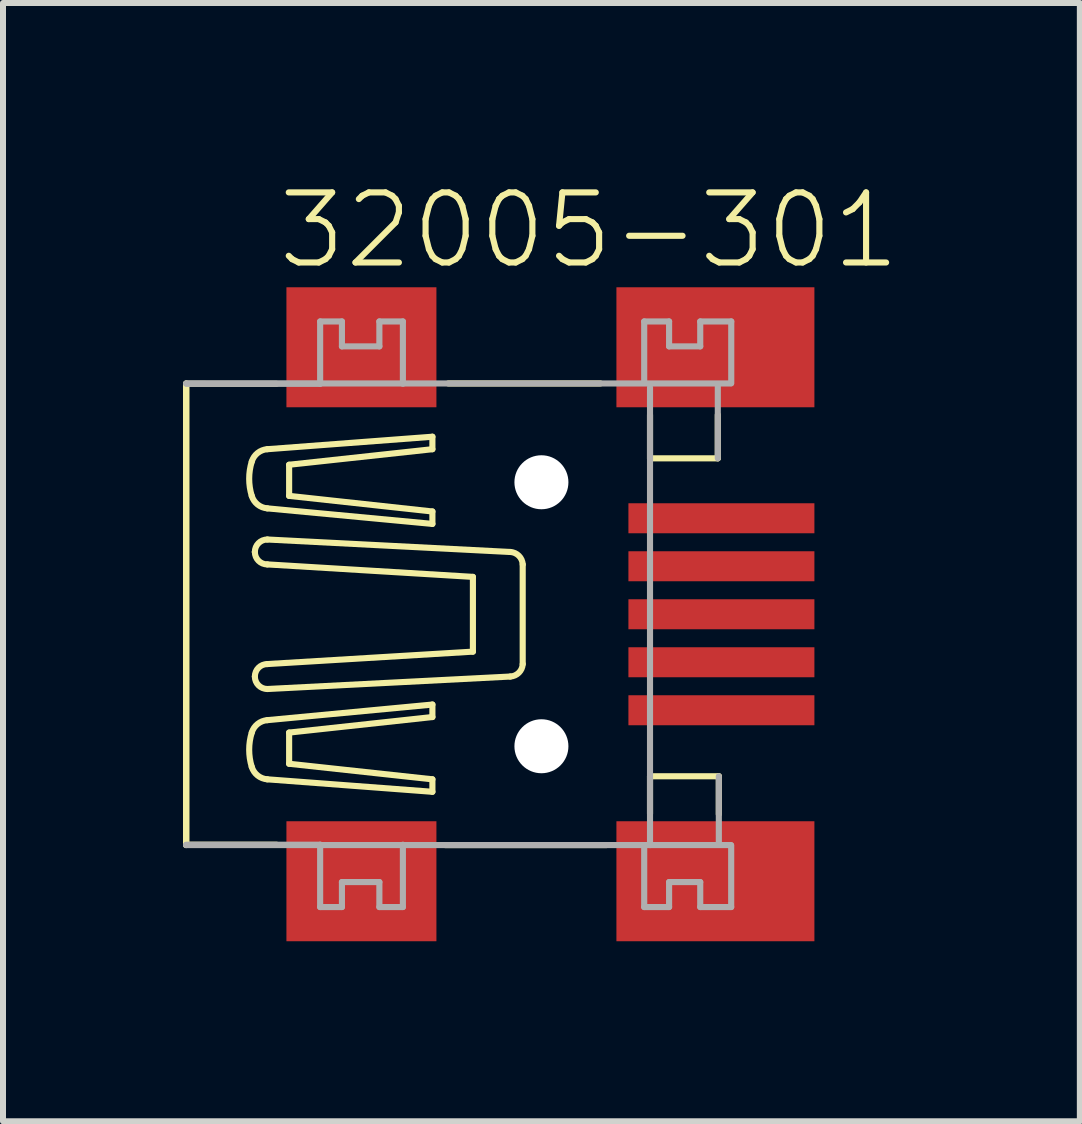
<source format=kicad_pcb>
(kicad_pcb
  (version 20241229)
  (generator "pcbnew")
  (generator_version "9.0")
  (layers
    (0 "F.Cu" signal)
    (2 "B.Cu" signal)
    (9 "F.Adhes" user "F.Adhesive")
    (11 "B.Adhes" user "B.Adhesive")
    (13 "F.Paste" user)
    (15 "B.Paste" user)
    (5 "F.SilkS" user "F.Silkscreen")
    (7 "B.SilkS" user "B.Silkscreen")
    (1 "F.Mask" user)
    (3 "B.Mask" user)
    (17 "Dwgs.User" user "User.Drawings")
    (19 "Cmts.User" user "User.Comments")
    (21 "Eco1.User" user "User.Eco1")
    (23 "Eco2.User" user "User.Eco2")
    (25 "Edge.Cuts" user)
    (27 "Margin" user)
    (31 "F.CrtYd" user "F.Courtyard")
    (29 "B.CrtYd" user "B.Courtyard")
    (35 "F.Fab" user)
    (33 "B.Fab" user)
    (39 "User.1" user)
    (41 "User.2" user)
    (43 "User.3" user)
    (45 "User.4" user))
  (footprint "32005-301"
    (layer "F.Cu")
    (at 5.974 7.188)
    (property "Reference" "32005-301" (at -4.445 -5.715 0) (layer "F.SilkS") (effects (font (size 1.168 1.168) (thickness 0.102)) (justify left bottom)))
    (fp_line (start -5.923 3.847) (end -5.923 -3.847) (stroke (width 0.102) (type solid)) (layer "F.SilkS"))
    (fp_line (start -5.918 -3.842) (end -4.415 -3.841) (stroke (width 0.102) (type solid)) (layer "F.SilkS"))
    (fp_line (start -5.918 3.841) (end -5.918 -3.842) (stroke (width 0.102) (type solid)) (layer "F.SilkS"))
    (fp_line (start -5.918 3.841) (end -4.415 3.841) (stroke (width 0.102) (type solid)) (layer "F.SilkS"))
    (fp_line (start -5.918 3.841) (end -5.918 3.841) (stroke (width 0.102) (type solid)) (layer "F.SilkS"))
    (fp_line (start -4.776 -1.038) (end -4.776 -1.038) (stroke (width 0.102) (type solid)) (layer "F.SilkS"))
    (fp_line (start -4.569 -1.765) (end -1.817 -1.506) (stroke (width 0.102) (type solid)) (layer "F.SilkS"))
    (fp_line (start -4.569 -0.831) (end -1.142 -0.623) (stroke (width 0.102) (type solid)) (layer "F.SilkS"))
    (fp_line (start -4.569 0.83) (end -1.142 0.623) (stroke (width 0.102) (type solid)) (layer "F.SilkS"))
    (fp_line (start -4.569 1.765) (end -1.817 1.505) (stroke (width 0.102) (type solid)) (layer "F.SilkS"))
    (fp_line (start -4.568 -1.246) (end -0.519 -1.038) (stroke (width 0.102) (type solid)) (layer "F.SilkS"))
    (fp_line (start -4.568 1.246) (end -0.519 1.038) (stroke (width 0.102) (type solid)) (layer "F.SilkS"))
    (fp_line (start -4.205 -2.492) (end -1.817 -2.751) (stroke (width 0.102) (type solid)) (layer "F.SilkS"))
    (fp_line (start -4.205 -1.973) (end -4.205 -2.492) (stroke (width 0.102) (type solid)) (layer "F.SilkS"))
    (fp_line (start -4.205 1.972) (end -4.205 2.492) (stroke (width 0.102) (type solid)) (layer "F.SilkS"))
    (fp_line (start -4.205 2.492) (end -1.817 2.751) (stroke (width 0.102) (type solid)) (layer "F.SilkS"))
    (fp_line (start -1.817 -2.959) (end -4.569 -2.751) (stroke (width 0.102) (type solid)) (layer "F.SilkS"))
    (fp_line (start -1.817 -2.751) (end -1.817 -2.959) (stroke (width 0.102) (type solid)) (layer "F.SilkS"))
    (fp_line (start -1.817 -1.713) (end -4.205 -1.973) (stroke (width 0.102) (type solid)) (layer "F.SilkS"))
    (fp_line (start -1.817 -1.506) (end -1.817 -1.713) (stroke (width 0.102) (type solid)) (layer "F.SilkS"))
    (fp_line (start -1.817 1.505) (end -1.817 1.713) (stroke (width 0.102) (type solid)) (layer "F.SilkS"))
    (fp_line (start -1.817 1.713) (end -4.205 1.972) (stroke (width 0.102) (type solid)) (layer "F.SilkS"))
    (fp_line (start -1.817 2.751) (end -1.817 2.959) (stroke (width 0.102) (type solid)) (layer "F.SilkS"))
    (fp_line (start -1.817 2.959) (end -4.569 2.751) (stroke (width 0.102) (type solid)) (layer "F.SilkS"))
    (fp_line (start -1.552 -3.847) (end 0.983 -3.847) (stroke (width 0.102) (type solid)) (layer "F.SilkS"))
    (fp_line (start -1.142 0.623) (end -1.142 -0.623) (stroke (width 0.102) (type solid)) (layer "F.SilkS"))
    (fp_line (start -0.312 0.83) (end -0.312 -0.831) (stroke (width 0.102) (type solid)) (layer "F.SilkS"))
    (fp_line (start 1.084 3.847) (end -1.603 3.847) (stroke (width 0.102) (type solid)) (layer "F.SilkS"))
    (fp_line (start 1.81 -2.599) (end 1.81 -3.324) (stroke (width 0.102) (type solid)) (layer "F.SilkS"))
    (fp_line (start 1.81 2.7) (end 1.81 3.324) (stroke (width 0.102) (type solid)) (layer "F.SilkS"))
    (fp_line (start 2.94 -3.324) (end 2.94 -2.599) (stroke (width 0.102) (type solid)) (layer "F.SilkS"))
    (fp_line (start 2.94 -2.599) (end 1.81 -2.599) (stroke (width 0.102) (type solid)) (layer "F.SilkS"))
    (fp_line (start 2.957 2.7) (end 1.81 2.7) (stroke (width 0.102) (type solid)) (layer "F.SilkS"))
    (fp_line (start 2.957 3.332) (end 2.957 2.7) (stroke (width 0.102) (type solid)) (layer "F.SilkS"))
    (fp_arc (start -4.828 -2.5438) (mid -4.730297 -2.687659) (end -4.5685 -2.7514) (stroke (width 0.1016) (type solid)) (layer "F.SilkS"))
    (fp_arc (start -4.828 -1.9727) (mid -4.870802 -2.25825) (end -4.828 -2.5438) (stroke (width 0.1016) (type solid)) (layer "F.SilkS"))
    (fp_arc (start -4.828 1.9725) (mid -4.730298 1.828641) (end -4.568501 1.764899) (stroke (width 0.1016) (type solid)) (layer "F.SilkS"))
    (fp_arc (start -4.828 2.5436) (mid -4.870802 2.25805) (end -4.828 1.9725) (stroke (width 0.1016) (type solid)) (layer "F.SilkS"))
    (fp_arc (start -4.7761 -1.0383) (mid -4.715295 -1.185095) (end -4.5685 -1.2459) (stroke (width 0.1016) (type solid)) (layer "F.SilkS"))
    (fp_arc (start -4.7761 1.038) (mid -4.715295 0.891205) (end -4.5685 0.8304) (stroke (width 0.1016) (type solid)) (layer "F.SilkS"))
    (fp_arc (start -4.568501 -1.765099) (mid -4.730298 -1.828841) (end -4.828 -1.9727) (stroke (width 0.1016) (type solid)) (layer "F.SilkS"))
    (fp_arc (start -4.5685 -0.8306) (mid -4.715295 -0.891405) (end -4.7761 -1.0382) (stroke (width 0.1016) (type solid)) (layer "F.SilkS"))
    (fp_arc (start -4.5685 1.2457) (mid -4.715295 1.184895) (end -4.7761 1.0381) (stroke (width 0.1016) (type solid)) (layer "F.SilkS"))
    (fp_arc (start -4.5685 2.7512) (mid -4.730297 2.687459) (end -4.828 2.5436) (stroke (width 0.1016) (type solid)) (layer "F.SilkS"))
    (fp_arc (start -0.5192 -1.0383) (mid -0.375653 -0.974177) (end -0.311598 -0.8306) (stroke (width 0.1016) (type solid)) (layer "F.SilkS"))
    (fp_arc (start -0.311599 0.830399) (mid -0.375679 0.973951) (end -0.5192 1.0381) (stroke (width 0.1016) (type solid)) (layer "F.SilkS"))
    (fp_line (start -5.923 -3.847) (end 3.16 -3.847) (stroke (width 0.102) (type solid)) (layer "F.Fab"))
    (fp_line (start -5.918 -3.842) (end -3.688 -3.842) (stroke (width 0.102) (type solid)) (layer "F.Fab"))
    (fp_line (start -5.918 3.841) (end -3.688 3.841) (stroke (width 0.102) (type solid)) (layer "F.Fab"))
    (fp_line (start -3.688 -4.88) (end -3.325 -4.88) (stroke (width 0.102) (type solid)) (layer "F.Fab"))
    (fp_line (start -3.688 -3.842) (end -3.688 -4.88) (stroke (width 0.102) (type solid)) (layer "F.Fab"))
    (fp_line (start -3.688 3.841) (end -3.688 4.88) (stroke (width 0.102) (type solid)) (layer "F.Fab"))
    (fp_line (start -3.688 4.88) (end -3.325 4.88) (stroke (width 0.102) (type solid)) (layer "F.Fab"))
    (fp_line (start -3.325 -4.88) (end -3.325 -4.465) (stroke (width 0.102) (type solid)) (layer "F.Fab"))
    (fp_line (start -3.325 -4.465) (end -2.701 -4.465) (stroke (width 0.102) (type solid)) (layer "F.Fab"))
    (fp_line (start -3.325 4.464) (end -2.701 4.464) (stroke (width 0.102) (type solid)) (layer "F.Fab"))
    (fp_line (start -3.325 4.88) (end -3.325 4.464) (stroke (width 0.102) (type solid)) (layer "F.Fab"))
    (fp_line (start -2.701 -4.88) (end -2.309 -4.88) (stroke (width 0.102) (type solid)) (layer "F.Fab"))
    (fp_line (start -2.701 -4.465) (end -2.701 -4.88) (stroke (width 0.102) (type solid)) (layer "F.Fab"))
    (fp_line (start -2.701 4.464) (end -2.701 4.88) (stroke (width 0.102) (type solid)) (layer "F.Fab"))
    (fp_line (start -2.701 4.88) (end -2.309 4.88) (stroke (width 0.102) (type solid)) (layer "F.Fab"))
    (fp_line (start -2.309 -4.88) (end -2.309 -3.842) (stroke (width 0.102) (type solid)) (layer "F.Fab"))
    (fp_line (start -2.309 4.88) (end -2.309 3.841) (stroke (width 0.102) (type solid)) (layer "F.Fab"))
    (fp_line (start 1.713 -4.88) (end 2.128 -4.88) (stroke (width 0.102) (type solid)) (layer "F.Fab"))
    (fp_line (start 1.713 -3.886) (end 1.713 -4.88) (stroke (width 0.102) (type solid)) (layer "F.Fab"))
    (fp_line (start 1.713 3.885) (end 1.713 4.88) (stroke (width 0.102) (type solid)) (layer "F.Fab"))
    (fp_line (start 1.713 4.88) (end 2.128 4.88) (stroke (width 0.102) (type solid)) (layer "F.Fab"))
    (fp_line (start 1.81 -3.78) (end 1.81 3.847) (stroke (width 0.102) (type solid)) (layer "F.Fab"))
    (fp_line (start 2.128 -4.88) (end 2.128 -4.465) (stroke (width 0.102) (type solid)) (layer "F.Fab"))
    (fp_line (start 2.128 -4.465) (end 2.647 -4.465) (stroke (width 0.102) (type solid)) (layer "F.Fab"))
    (fp_line (start 2.128 4.464) (end 2.647 4.464) (stroke (width 0.102) (type solid)) (layer "F.Fab"))
    (fp_line (start 2.128 4.88) (end 2.128 4.464) (stroke (width 0.102) (type solid)) (layer "F.Fab"))
    (fp_line (start 2.647 -4.88) (end 3.164 -4.88) (stroke (width 0.102) (type solid)) (layer "F.Fab"))
    (fp_line (start 2.647 -4.465) (end 2.647 -4.88) (stroke (width 0.102) (type solid)) (layer "F.Fab"))
    (fp_line (start 2.647 4.464) (end 2.647 4.88) (stroke (width 0.102) (type solid)) (layer "F.Fab"))
    (fp_line (start 2.647 4.88) (end 3.163 4.88) (stroke (width 0.102) (type solid)) (layer "F.Fab"))
    (fp_line (start 2.94 -3.797) (end 2.94 -2.599) (stroke (width 0.102) (type solid)) (layer "F.Fab"))
    (fp_line (start 2.957 3.822) (end 2.957 2.7) (stroke (width 0.102) (type solid)) (layer "F.Fab"))
    (fp_line (start 3.16 3.847) (end -5.923 3.847) (stroke (width 0.102) (type solid)) (layer "F.Fab"))
    (fp_line (start 3.163 4.88) (end 3.163 3.852) (stroke (width 0.102) (type solid)) (layer "F.Fab"))
    (fp_line (start 3.164 -4.88) (end 3.164 -3.852) (stroke (width 0.102) (type solid)) (layer "F.Fab"))
    (pad "" np_thru_hole circle (at 0 -2.2) (size 0.9 0.9) (drill 0.9) (layers "*.Cu" "*.Mask"))
    (pad "" np_thru_hole circle (at 0 2.2) (size 0.9 0.9) (drill 0.9) (layers "*.Cu" "*.Mask"))
    (pad "1" smd rect (at 3 -1.6) (size 3.1 0.5) (layers "F.Cu" "F.Mask" "F.Paste"))
    (pad "2" smd rect (at 3 -0.8) (size 3.1 0.5) (layers "F.Cu" "F.Mask" "F.Paste"))
    (pad "3" smd rect (at 3 0) (size 3.1 0.5) (layers "F.Cu" "F.Mask" "F.Paste"))
    (pad "4" smd rect (at 3 0.8) (size 3.1 0.5) (layers "F.Cu" "F.Mask" "F.Paste"))
    (pad "5" smd rect (at 3 1.6) (size 3.1 0.5) (layers "F.Cu" "F.Mask" "F.Paste"))
    (pad "M1" smd rect (at -3 4.45) (size 2.5 2) (layers "F.Cu" "F.Mask" "F.Paste"))
    (pad "M2" smd rect (at -3 -4.45) (size 2.5 2) (layers "F.Cu" "F.Mask" "F.Paste"))
    (pad "M3" smd rect (at 2.9 -4.45) (size 3.3 2) (layers "F.Cu" "F.Mask" "F.Paste"))
    (pad "M4" smd rect (at 2.9 4.45) (size 3.3 2) (layers "F.Cu" "F.Mask" "F.Paste")))
  (gr_rect
    (start -3 -3)
    (end 14.948 15.638)
    (stroke (width 0.1) (type default))
    (fill no)
    (layer "Edge.Cuts")))
</source>
